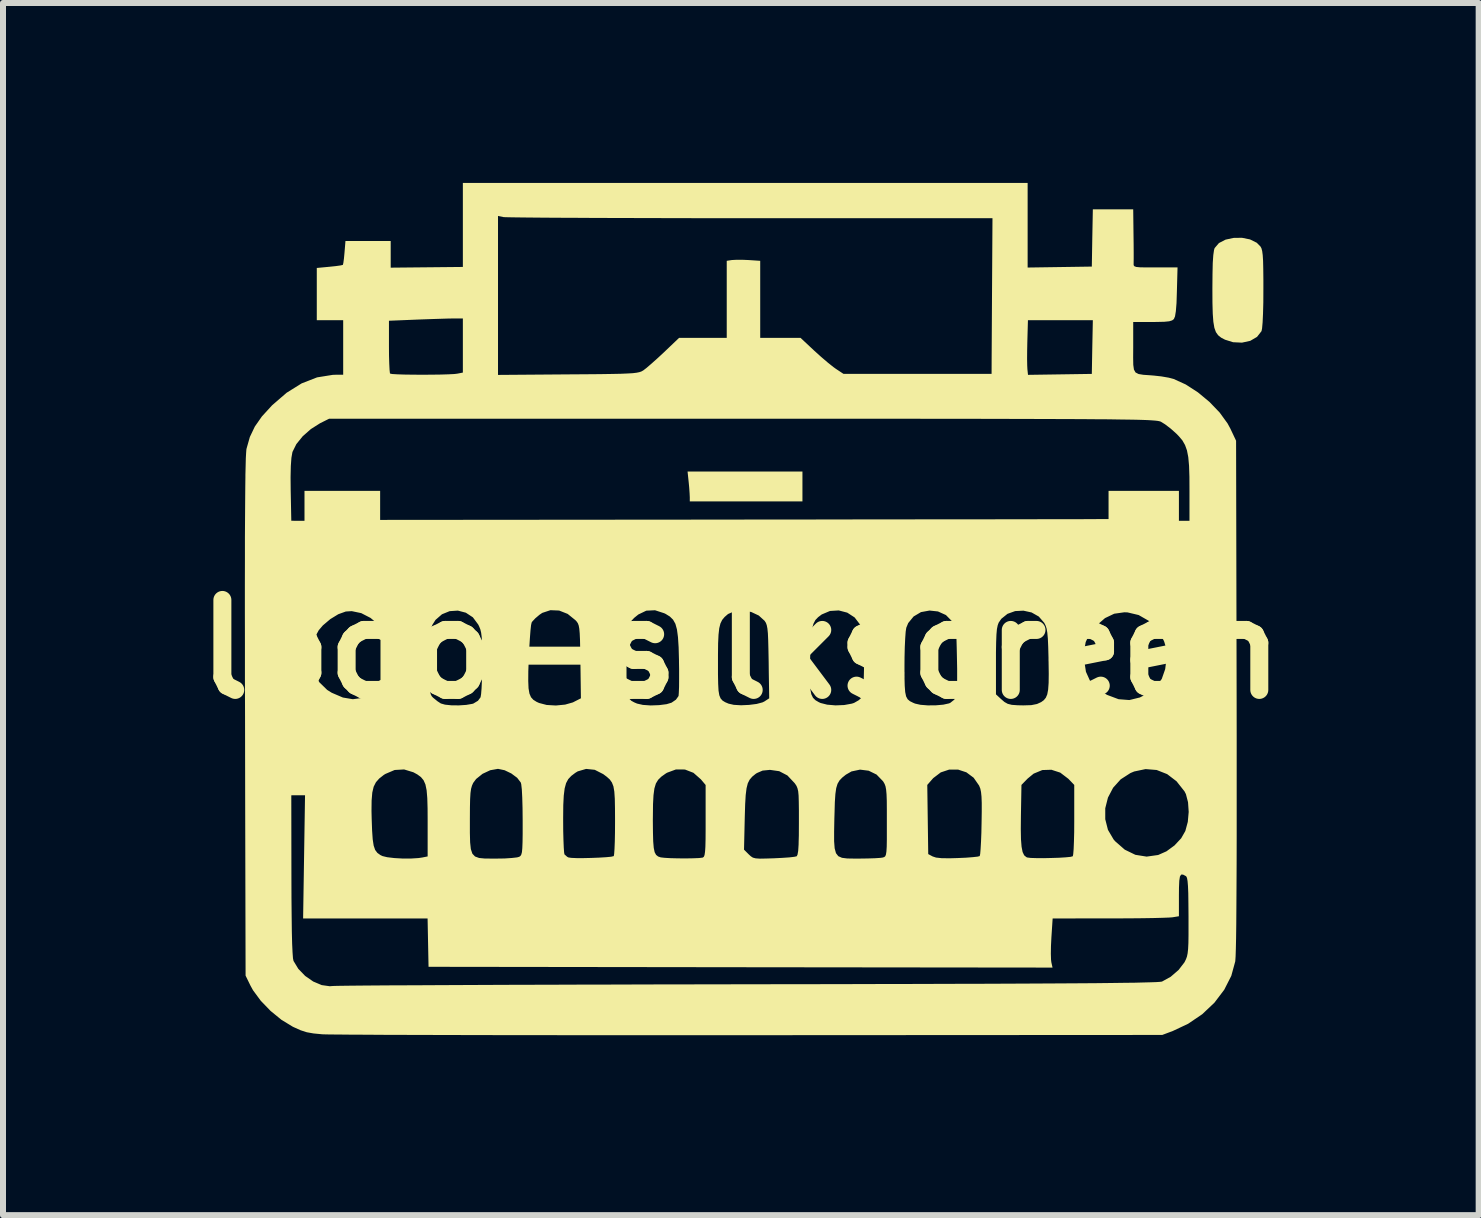
<source format=kicad_pcb>
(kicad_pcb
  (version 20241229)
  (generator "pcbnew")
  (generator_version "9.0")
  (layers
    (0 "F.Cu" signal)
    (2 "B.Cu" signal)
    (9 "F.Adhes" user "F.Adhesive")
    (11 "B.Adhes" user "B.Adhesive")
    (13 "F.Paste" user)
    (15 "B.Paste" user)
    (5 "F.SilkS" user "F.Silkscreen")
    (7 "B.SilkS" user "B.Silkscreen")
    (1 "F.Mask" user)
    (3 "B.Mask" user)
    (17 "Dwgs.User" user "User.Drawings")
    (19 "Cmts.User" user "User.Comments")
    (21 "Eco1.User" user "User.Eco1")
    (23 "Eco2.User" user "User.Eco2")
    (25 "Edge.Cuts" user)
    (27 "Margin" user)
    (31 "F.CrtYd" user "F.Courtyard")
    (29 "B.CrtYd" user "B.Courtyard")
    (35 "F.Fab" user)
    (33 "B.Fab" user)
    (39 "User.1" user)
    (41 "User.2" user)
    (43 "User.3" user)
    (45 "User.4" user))
  (footprint "logo-silkscreen"
    (layer "F.Cu")
    (at 9.3 7.773)
    (property "Reference" "logo-silkscreen" (at 0 0 0) (layer "F.SilkS") (effects (font (size 1.5 1.5) (thickness 0.3))))
    (attr board_only exclude_from_pos_files exclude_from_bom)
    (fp_poly (pts (xy 1.027 -2.713) (xy 1.027 -2.464) (xy 0.088 -2.464) (xy -0.851 -2.464) (xy -0.851 -2.533) (xy -0.854 -2.599) (xy -0.861 -2.699) (xy -0.869 -2.782) (xy -0.888 -2.962) (xy 0.069 -2.962) (xy 1.027 -2.962)) (stroke (width 0) (type solid)) (fill yes) (layer "F.SilkS"))
    (fp_poly (pts (xy 8.488 -6.832) (xy 8.601 -6.776) (xy 8.663 -6.713) (xy 8.679 -6.683) (xy 8.691 -6.638) (xy 8.7 -6.571) (xy 8.706 -6.474) (xy 8.709 -6.34) (xy 8.711 -6.16) (xy 8.711 -6.008) (xy 8.71 -5.783) (xy 8.705 -5.594) (xy 8.698 -5.446) (xy 8.689 -5.346) (xy 8.68 -5.303) (xy 8.605 -5.207) (xy 8.492 -5.141) (xy 8.354 -5.111) (xy 8.206 -5.118) (xy 8.072 -5.16) (xy 8.007 -5.194) (xy 7.957 -5.234) (xy 7.92 -5.286) (xy 7.894 -5.358) (xy 7.877 -5.459) (xy 7.867 -5.594) (xy 7.862 -5.773) (xy 7.861 -6.003) (xy 7.861 -6.019) (xy 7.863 -6.256) (xy 7.867 -6.439) (xy 7.876 -6.57) (xy 7.888 -6.654) (xy 7.898 -6.687) (xy 7.97 -6.771) (xy 8.08 -6.828) (xy 8.213 -6.857) (xy 8.354 -6.859)) (stroke (width 0) (type solid)) (fill yes) (layer "F.SilkS"))
    (fp_poly (pts (xy 4.781 -7.068) (xy 4.781 -6.363) (xy 5.316 -6.371) (xy 5.851 -6.379) (xy 5.859 -6.856) (xy 5.868 -7.333) (xy 6.204 -7.333) (xy 6.541 -7.333) (xy 6.546 -6.915) (xy 6.548 -6.759) (xy 6.549 -6.619) (xy 6.549 -6.509) (xy 6.548 -6.441) (xy 6.548 -6.431) (xy 6.548 -6.403) (xy 6.56 -6.385) (xy 6.591 -6.373) (xy 6.653 -6.367) (xy 6.753 -6.365) (xy 6.903 -6.365) (xy 6.912 -6.365) (xy 7.28 -6.365) (xy 7.269 -5.958) (xy 7.263 -5.771) (xy 7.252 -5.636) (xy 7.238 -5.549) (xy 7.219 -5.504) (xy 7.219 -5.504) (xy 7.19 -5.482) (xy 7.141 -5.467) (xy 7.06 -5.459) (xy 6.936 -5.456) (xy 6.86 -5.455) (xy 6.541 -5.455) (xy 6.541 -5.031) (xy 6.54 -4.861) (xy 6.542 -4.741) (xy 6.553 -4.662) (xy 6.58 -4.614) (xy 6.63 -4.588) (xy 6.709 -4.575) (xy 6.824 -4.567) (xy 6.886 -4.562) (xy 7.012 -4.548) (xy 7.133 -4.527) (xy 7.216 -4.505) (xy 7.416 -4.414) (xy 7.619 -4.283) (xy 7.812 -4.123) (xy 7.982 -3.946) (xy 8.114 -3.764) (xy 8.16 -3.679) (xy 8.256 -3.476) (xy 8.265 0.763) (xy 8.266 1.439) (xy 8.266 2.058) (xy 8.266 2.619) (xy 8.266 3.123) (xy 8.265 3.571) (xy 8.263 3.964) (xy 8.261 4.302) (xy 8.259 4.586) (xy 8.256 4.816) (xy 8.252 4.994) (xy 8.248 5.119) (xy 8.243 5.193) (xy 8.242 5.204) (xy 8.176 5.445) (xy 8.058 5.677) (xy 7.895 5.892) (xy 7.692 6.084) (xy 7.456 6.244) (xy 7.201 6.364) (xy 7.025 6.43) (xy 0.161 6.434) (xy -0.473 6.434) (xy -1.094 6.434) (xy -1.698 6.434) (xy -2.284 6.434) (xy -2.848 6.434) (xy -3.387 6.433) (xy -3.9 6.433) (xy -4.383 6.432) (xy -4.833 6.431) (xy -5.249 6.43) (xy -5.626 6.429) (xy -5.963 6.428) (xy -6.257 6.426) (xy -6.505 6.425) (xy -6.704 6.423) (xy -6.851 6.422) (xy -6.945 6.42) (xy -6.977 6.419) (xy -7.123 6.405) (xy -7.236 6.385) (xy -7.338 6.352) (xy -7.456 6.299) (xy -7.474 6.29) (xy -7.659 6.177) (xy -7.84 6.029) (xy -8.003 5.86) (xy -8.132 5.685) (xy -8.175 5.607) (xy -8.256 5.441) (xy -8.263 2.435) (xy -7.494 2.435) (xy -7.492 3.776) (xy -7.491 4.144) (xy -7.488 4.455) (xy -7.485 4.709) (xy -7.48 4.909) (xy -7.473 5.056) (xy -7.466 5.152) (xy -7.457 5.196) (xy -7.377 5.328) (xy -7.263 5.446) (xy -7.129 5.539) (xy -6.987 5.599) (xy -6.852 5.618) (xy -6.819 5.615) (xy -6.779 5.613) (xy -6.684 5.611) (xy -6.534 5.609) (xy -6.334 5.607) (xy -6.086 5.605) (xy -5.793 5.603) (xy -5.456 5.602) (xy -5.079 5.6) (xy -4.665 5.598) (xy -4.216 5.596) (xy -3.734 5.594) (xy -3.223 5.593) (xy -2.685 5.591) (xy -2.122 5.59) (xy -1.538 5.588) (xy -0.934 5.587) (xy -0.314 5.586) (xy 0.116 5.585) (xy 0.9 5.584) (xy 1.628 5.583) (xy 2.3 5.581) (xy 2.919 5.58) (xy 3.486 5.578) (xy 4.004 5.577) (xy 4.474 5.575) (xy 4.897 5.573) (xy 5.276 5.571) (xy 5.613 5.569) (xy 5.908 5.567) (xy 6.165 5.564) (xy 6.384 5.561) (xy 6.568 5.559) (xy 6.718 5.555) (xy 6.836 5.552) (xy 6.924 5.549) (xy 6.984 5.545) (xy 7.017 5.541) (xy 7.023 5.539) (xy 7.166 5.46) (xy 7.297 5.347) (xy 7.394 5.221) (xy 7.4 5.21) (xy 7.421 5.167) (xy 7.437 5.123) (xy 7.448 5.07) (xy 7.456 4.998) (xy 7.461 4.899) (xy 7.463 4.764) (xy 7.463 4.584) (xy 7.463 4.449) (xy 7.461 4.232) (xy 7.459 4.067) (xy 7.454 3.947) (xy 7.447 3.865) (xy 7.438 3.814) (xy 7.425 3.787) (xy 7.419 3.782) (xy 7.372 3.757) (xy 7.34 3.757) (xy 7.32 3.789) (xy 7.309 3.859) (xy 7.304 3.975) (xy 7.303 4.102) (xy 7.303 4.451) (xy 7.193 4.469) (xy 7.137 4.473) (xy 7.031 4.477) (xy 6.882 4.481) (xy 6.698 4.484) (xy 6.488 4.486) (xy 6.26 4.487) (xy 6.141 4.487) (xy 5.198 4.488) (xy 5.177 4.807) (xy 5.17 4.948) (xy 5.168 5.076) (xy 5.171 5.174) (xy 5.176 5.217) (xy 5.196 5.307) (xy -0.005 5.301) (xy -5.206 5.294) (xy -5.214 4.891) (xy -5.222 4.488) (xy -6.26 4.488) (xy -7.297 4.488) (xy -7.281 3.461) (xy -7.269 2.695) (xy -6.157 2.695) (xy -6.154 2.827) (xy -6.147 3.022) (xy -6.137 3.168) (xy -6.121 3.273) (xy -6.096 3.346) (xy -6.059 3.395) (xy -6.009 3.431) (xy -5.974 3.448) (xy -5.896 3.467) (xy -5.778 3.481) (xy -5.639 3.489) (xy -5.498 3.489) (xy -5.372 3.481) (xy -5.312 3.472) (xy -5.221 3.454) (xy -5.221 2.878) (xy -5.221 2.852) (xy -4.517 2.852) (xy -4.517 3.061) (xy -4.513 3.219) (xy -4.501 3.332) (xy -4.475 3.409) (xy -4.431 3.455) (xy -4.363 3.48) (xy -4.267 3.489) (xy -4.137 3.49) (xy -4.075 3.49) (xy -3.938 3.488) (xy -3.818 3.48) (xy -3.73 3.47) (xy -3.694 3.46) (xy -3.674 3.446) (xy -3.66 3.423) (xy -3.649 3.382) (xy -3.643 3.316) (xy -3.639 3.217) (xy -3.637 3.076) (xy -3.637 2.885) (xy -3.637 2.86) (xy -3.637 2.86) (xy -2.962 2.86) (xy -2.961 3.031) (xy -2.957 3.183) (xy -2.952 3.305) (xy -2.946 3.388) (xy -2.94 3.42) (xy -2.895 3.46) (xy -2.874 3.471) (xy -2.827 3.478) (xy -2.738 3.482) (xy -2.622 3.482) (xy -2.492 3.479) (xy -2.363 3.474) (xy -2.248 3.467) (xy -2.163 3.459) (xy -2.12 3.449) (xy -2.118 3.448) (xy -2.112 3.413) (xy -2.106 3.329) (xy -2.101 3.205) (xy -2.098 3.051) (xy -2.097 2.876) (xy -2.097 2.864) (xy -2.097 2.851) (xy -1.467 2.851) (xy -1.465 3.052) (xy -1.461 3.203) (xy -1.452 3.31) (xy -1.437 3.383) (xy -1.413 3.428) (xy -1.379 3.455) (xy -1.335 3.47) (xy -1.273 3.477) (xy -1.172 3.483) (xy -1.049 3.486) (xy -0.918 3.487) (xy -0.796 3.485) (xy -0.697 3.481) (xy -0.639 3.474) (xy -0.633 3.472) (xy -0.617 3.46) (xy -0.605 3.431) (xy -0.597 3.378) (xy -0.594 3.341) (xy 0.053 3.341) (xy 0.131 3.419) (xy 0.167 3.452) (xy 0.201 3.474) (xy 0.247 3.486) (xy 0.317 3.491) (xy 0.423 3.489) (xy 0.553 3.485) (xy 0.691 3.478) (xy 0.809 3.47) (xy 0.894 3.46) (xy 0.932 3.451) (xy 0.945 3.424) (xy 0.956 3.362) (xy 0.963 3.257) (xy 0.964 3.201) (xy 1.555 3.201) (xy 1.564 3.319) (xy 1.586 3.4) (xy 1.625 3.45) (xy 1.686 3.477) (xy 1.773 3.488) (xy 1.891 3.49) (xy 1.973 3.49) (xy 2.113 3.488) (xy 2.236 3.484) (xy 2.328 3.478) (xy 2.368 3.472) (xy 2.391 3.464) (xy 2.408 3.45) (xy 2.419 3.422) (xy 2.427 3.372) (xy 2.432 3.292) (xy 2.434 3.174) (xy 2.434 3.01) (xy 2.434 2.875) (xy 2.434 2.676) (xy 2.433 2.527) (xy 2.429 2.418) (xy 2.422 2.341) (xy 2.412 2.287) (xy 2.403 2.262) (xy 3.108 2.262) (xy 3.116 2.839) (xy 3.124 3.415) (xy 3.197 3.454) (xy 3.254 3.473) (xy 3.345 3.483) (xy 3.478 3.485) (xy 3.616 3.481) (xy 3.753 3.475) (xy 3.868 3.466) (xy 3.949 3.457) (xy 3.982 3.448) (xy 3.99 3.413) (xy 3.997 3.33) (xy 4.004 3.207) (xy 4.01 3.055) (xy 4.011 2.999) (xy 4.667 2.999) (xy 4.67 3.168) (xy 4.68 3.293) (xy 4.697 3.38) (xy 4.723 3.435) (xy 4.759 3.465) (xy 4.776 3.472) (xy 4.831 3.479) (xy 4.925 3.482) (xy 5.044 3.483) (xy 5.175 3.48) (xy 5.304 3.476) (xy 5.416 3.469) (xy 5.497 3.461) (xy 5.534 3.451) (xy 5.541 3.416) (xy 5.548 3.331) (xy 5.553 3.206) (xy 5.557 3.05) (xy 5.558 2.873) (xy 5.558 2.844) (xy 5.558 2.834) (xy 6.075 2.834) (xy 6.12 3.011) (xy 6.214 3.171) (xy 6.24 3.201) (xy 6.4 3.341) (xy 6.577 3.427) (xy 6.765 3.457) (xy 6.957 3.43) (xy 7.095 3.369) (xy 7.229 3.271) (xy 7.341 3.151) (xy 7.41 3.03) (xy 7.451 2.878) (xy 7.466 2.712) (xy 7.455 2.551) (xy 7.42 2.416) (xy 7.396 2.369) (xy 7.263 2.201) (xy 7.107 2.082) (xy 6.932 2.013) (xy 6.747 1.998) (xy 6.557 2.038) (xy 6.495 2.064) (xy 6.332 2.169) (xy 6.206 2.309) (xy 6.12 2.473) (xy 6.075 2.651) (xy 6.075 2.834) (xy 5.558 2.834) (xy 5.558 2.262) (xy 5.46 2.16) (xy 5.325 2.057) (xy 5.177 2.009) (xy 5.026 2.014) (xy 4.881 2.074) (xy 4.78 2.157) (xy 4.678 2.262) (xy 4.669 2.777) (xy 4.667 2.999) (xy 4.011 2.999) (xy 4.013 2.903) (xy 4.016 2.709) (xy 4.016 2.563) (xy 4.012 2.457) (xy 4.004 2.38) (xy 3.992 2.323) (xy 3.973 2.276) (xy 3.972 2.273) (xy 3.881 2.142) (xy 3.76 2.052) (xy 3.621 2.006) (xy 3.474 2.006) (xy 3.333 2.053) (xy 3.208 2.148) (xy 3.198 2.159) (xy 3.108 2.262) (xy 2.403 2.262) (xy 2.397 2.246) (xy 2.376 2.209) (xy 2.367 2.197) (xy 2.262 2.089) (xy 2.131 2.025) (xy 1.987 2.007) (xy 1.845 2.037) (xy 1.751 2.091) (xy 1.69 2.14) (xy 1.645 2.187) (xy 1.612 2.243) (xy 1.59 2.315) (xy 1.576 2.414) (xy 1.567 2.549) (xy 1.562 2.729) (xy 1.559 2.824) (xy 1.555 3.038) (xy 1.555 3.201) (xy 0.964 3.201) (xy 0.967 3.105) (xy 0.968 2.9) (xy 0.968 2.878) (xy 0.968 2.686) (xy 0.966 2.543) (xy 0.963 2.44) (xy 0.956 2.367) (xy 0.944 2.317) (xy 0.928 2.278) (xy 0.905 2.243) (xy 0.894 2.229) (xy 0.776 2.104) (xy 0.64 2.033) (xy 0.486 2.011) (xy 0.363 2.023) (xy 0.268 2.064) (xy 0.245 2.079) (xy 0.189 2.125) (xy 0.147 2.174) (xy 0.116 2.235) (xy 0.095 2.318) (xy 0.081 2.431) (xy 0.072 2.583) (xy 0.066 2.783) (xy 0.065 2.822) (xy 0.053 3.341) (xy -0.594 3.341) (xy -0.591 3.293) (xy -0.588 3.17) (xy -0.587 3.001) (xy -0.587 2.859) (xy -0.587 2.263) (xy -0.666 2.169) (xy -0.79 2.06) (xy -0.932 2.005) (xy -1.082 2.004) (xy -1.231 2.059) (xy -1.255 2.074) (xy -1.325 2.124) (xy -1.378 2.176) (xy -1.416 2.238) (xy -1.441 2.321) (xy -1.456 2.433) (xy -1.464 2.583) (xy -1.466 2.78) (xy -1.467 2.851) (xy -2.097 2.851) (xy -2.098 2.654) (xy -2.101 2.494) (xy -2.109 2.374) (xy -2.124 2.286) (xy -2.149 2.222) (xy -2.185 2.171) (xy -2.235 2.126) (xy -2.294 2.082) (xy -2.435 2.01) (xy -2.579 1.995) (xy -2.719 2.036) (xy -2.76 2.061) (xy -2.826 2.111) (xy -2.877 2.165) (xy -2.913 2.232) (xy -2.937 2.32) (xy -2.952 2.44) (xy -2.96 2.598) (xy -2.962 2.805) (xy -2.962 2.86) (xy -3.637 2.86) (xy -3.639 2.649) (xy -3.644 2.473) (xy -3.651 2.337) (xy -3.661 2.248) (xy -3.669 2.221) (xy -3.729 2.143) (xy -3.826 2.071) (xy -3.938 2.017) (xy -4.043 1.995) (xy -4.049 1.994) (xy -4.178 2.017) (xy -4.306 2.077) (xy -4.413 2.163) (xy -4.462 2.229) (xy -4.482 2.274) (xy -4.497 2.327) (xy -4.507 2.398) (xy -4.513 2.498) (xy -4.516 2.636) (xy -4.517 2.822) (xy -4.517 2.852) (xy -5.221 2.852) (xy -5.222 2.655) (xy -5.227 2.482) (xy -5.238 2.351) (xy -5.258 2.254) (xy -5.289 2.184) (xy -5.333 2.131) (xy -5.393 2.087) (xy -5.459 2.051) (xy -5.613 2.004) (xy -5.771 2.013) (xy -5.926 2.079) (xy -5.953 2.096) (xy -6.028 2.155) (xy -6.083 2.217) (xy -6.121 2.292) (xy -6.144 2.39) (xy -6.155 2.521) (xy -6.157 2.695) (xy -7.269 2.695) (xy -7.265 2.434) (xy -7.379 2.434) (xy -7.494 2.435) (xy -8.263 2.435) (xy -8.265 1.129) (xy -8.267 0.495) (xy -8.267 0.033) (xy -7.169 0.033) (xy -7.165 0.217) (xy -7.116 0.394) (xy -7.026 0.551) (xy -6.896 0.678) (xy -6.819 0.726) (xy -6.634 0.805) (xy -6.468 0.833) (xy -6.31 0.812) (xy -6.19 0.763) (xy -6.03 0.652) (xy -5.916 0.509) (xy -5.848 0.331) (xy -5.835 0.222) (xy -5.191 0.222) (xy -5.191 0.411) (xy -5.19 0.55) (xy -5.186 0.648) (xy -5.179 0.714) (xy -5.167 0.757) (xy -5.151 0.786) (xy -5.128 0.81) (xy -5.125 0.812) (xy -5.056 0.868) (xy -5.001 0.904) (xy -4.931 0.924) (xy -4.824 0.935) (xy -4.7 0.936) (xy -4.578 0.928) (xy -4.479 0.911) (xy -4.46 0.906) (xy -4.382 0.859) (xy -4.339 0.801) (xy -4.33 0.749) (xy -4.322 0.649) (xy -4.317 0.531) (xy -3.544 0.531) (xy -3.539 0.652) (xy -3.524 0.739) (xy -3.498 0.8) (xy -3.459 0.843) (xy -3.405 0.877) (xy -3.363 0.896) (xy -3.237 0.929) (xy -3.084 0.938) (xy -2.929 0.923) (xy -2.799 0.886) (xy -2.784 0.878) (xy -2.666 0.818) (xy -2.674 0.229) (xy -1.906 0.229) (xy -1.906 0.432) (xy -1.903 0.585) (xy -1.896 0.696) (xy -1.882 0.773) (xy -1.86 0.825) (xy -1.826 0.859) (xy -1.779 0.885) (xy -1.73 0.906) (xy -1.633 0.928) (xy -1.504 0.937) (xy -1.364 0.932) (xy -1.238 0.916) (xy -1.155 0.891) (xy -1.082 0.841) (xy -1.04 0.782) (xy -1.038 0.777) (xy -1.034 0.727) (xy -1.03 0.629) (xy -1.029 0.494) (xy -1.029 0.333) (xy -1.031 0.214) (xy -0.381 0.214) (xy -0.381 0.419) (xy -0.378 0.575) (xy -0.372 0.688) (xy -0.359 0.767) (xy -0.337 0.82) (xy -0.305 0.856) (xy -0.261 0.883) (xy -0.205 0.907) (xy -0.117 0.927) (xy 0.004 0.934) (xy 0.137 0.928) (xy 0.263 0.912) (xy 0.361 0.886) (xy 0.392 0.871) (xy 0.473 0.818) (xy 0.466 0.391) (xy 1.15 0.391) (xy 1.151 0.55) (xy 1.159 0.668) (xy 1.175 0.751) (xy 1.203 0.809) (xy 1.244 0.85) (xy 1.299 0.882) (xy 1.329 0.896) (xy 1.439 0.924) (xy 1.579 0.936) (xy 1.724 0.93) (xy 1.85 0.907) (xy 1.887 0.895) (xy 1.964 0.851) (xy 2.018 0.802) (xy 2.023 0.794) (xy 2.033 0.745) (xy 2.042 0.646) (xy 2.049 0.507) (xy 2.053 0.337) (xy 2.053 0.267) (xy 2.728 0.267) (xy 2.728 0.463) (xy 2.732 0.609) (xy 2.74 0.714) (xy 2.755 0.786) (xy 2.781 0.834) (xy 2.819 0.866) (xy 2.871 0.892) (xy 2.904 0.906) (xy 2.993 0.926) (xy 3.116 0.936) (xy 3.25 0.935) (xy 3.375 0.924) (xy 3.47 0.903) (xy 3.491 0.894) (xy 3.558 0.841) (xy 3.596 0.777) (xy 3.598 0.752) (xy 4.253 0.752) (xy 4.334 0.827) (xy 4.394 0.879) (xy 4.449 0.91) (xy 4.517 0.927) (xy 4.614 0.934) (xy 4.708 0.936) (xy 4.842 0.932) (xy 4.937 0.913) (xy 5.007 0.881) (xy 5.051 0.849) (xy 5.084 0.809) (xy 5.108 0.753) (xy 5.123 0.673) (xy 5.131 0.561) (xy 5.133 0.409) (xy 5.13 0.209) (xy 5.129 0.186) (xy 5.724 0.186) (xy 5.753 0.376) (xy 5.822 0.529) (xy 5.937 0.654) (xy 6.103 0.76) (xy 6.108 0.762) (xy 6.297 0.833) (xy 6.477 0.847) (xy 6.652 0.804) (xy 6.765 0.746) (xy 6.916 0.63) (xy 7.017 0.495) (xy 7.074 0.332) (xy 7.091 0.197) (xy 7.095 0.064) (xy 7.085 -0.035) (xy 7.059 -0.123) (xy 7.047 -0.151) (xy 6.939 -0.334) (xy 6.798 -0.475) (xy 6.632 -0.57) (xy 6.447 -0.614) (xy 6.393 -0.616) (xy 6.224 -0.592) (xy 6.071 -0.519) (xy 5.925 -0.392) (xy 5.9 -0.365) (xy 5.806 -0.242) (xy 5.749 -0.12) (xy 5.724 0.019) (xy 5.724 0.186) (xy 5.129 0.186) (xy 5.129 0.141) (xy 5.124 -0.043) (xy 5.118 -0.179) (xy 5.109 -0.276) (xy 5.097 -0.346) (xy 5.079 -0.399) (xy 5.058 -0.44) (xy 4.967 -0.545) (xy 4.847 -0.613) (xy 4.711 -0.643) (xy 4.573 -0.636) (xy 4.445 -0.59) (xy 4.342 -0.507) (xy 4.298 -0.443) (xy 4.282 -0.399) (xy 4.269 -0.335) (xy 4.261 -0.244) (xy 4.256 -0.116) (xy 4.253 0.056) (xy 4.253 0.198) (xy 4.253 0.752) (xy 3.598 0.752) (xy 3.601 0.724) (xy 3.605 0.625) (xy 3.606 0.488) (xy 3.606 0.326) (xy 3.603 0.169) (xy 3.599 -0.022) (xy 3.595 -0.164) (xy 3.588 -0.266) (xy 3.579 -0.338) (xy 3.566 -0.389) (xy 3.547 -0.428) (xy 3.525 -0.462) (xy 3.419 -0.57) (xy 3.286 -0.63) (xy 3.146 -0.645) (xy 3.003 -0.619) (xy 2.88 -0.546) (xy 2.79 -0.436) (xy 2.758 -0.358) (xy 2.748 -0.293) (xy 2.74 -0.182) (xy 2.733 -0.036) (xy 2.729 0.132) (xy 2.728 0.267) (xy 2.053 0.267) (xy 2.053 0.228) (xy 2.053 0.041) (xy 2.05 -0.098) (xy 2.045 -0.2) (xy 2.036 -0.274) (xy 2.022 -0.331) (xy 2.001 -0.382) (xy 1.987 -0.412) (xy 1.897 -0.53) (xy 1.774 -0.61) (xy 1.632 -0.647) (xy 1.486 -0.638) (xy 1.349 -0.58) (xy 1.346 -0.578) (xy 1.288 -0.534) (xy 1.243 -0.487) (xy 1.211 -0.426) (xy 1.188 -0.344) (xy 1.173 -0.231) (xy 1.163 -0.08) (xy 1.156 0.119) (xy 1.154 0.182) (xy 1.15 0.391) (xy 0.466 0.391) (xy 0.464 0.211) (xy 0.46 0.005) (xy 0.456 -0.151) (xy 0.451 -0.265) (xy 0.443 -0.345) (xy 0.432 -0.401) (xy 0.418 -0.44) (xy 0.398 -0.471) (xy 0.396 -0.474) (xy 0.299 -0.562) (xy 0.173 -0.621) (xy 0.035 -0.647) (xy -0.098 -0.637) (xy -0.209 -0.589) (xy -0.217 -0.584) (xy -0.27 -0.538) (xy -0.311 -0.489) (xy -0.34 -0.43) (xy -0.36 -0.35) (xy -0.372 -0.243) (xy -0.379 -0.098) (xy -0.381 0.092) (xy -0.381 0.214) (xy -1.031 0.214) (xy -1.031 0.186) (xy -1.037 -0.033) (xy -1.048 -0.203) (xy -1.065 -0.33) (xy -1.091 -0.424) (xy -1.13 -0.493) (xy -1.183 -0.545) (xy -1.254 -0.589) (xy -1.277 -0.6) (xy -1.431 -0.65) (xy -1.576 -0.643) (xy -1.709 -0.579) (xy -1.715 -0.574) (xy -1.778 -0.523) (xy -1.825 -0.473) (xy -1.859 -0.414) (xy -1.882 -0.337) (xy -1.896 -0.234) (xy -1.903 -0.095) (xy -1.906 0.088) (xy -1.906 0.229) (xy -2.674 0.229) (xy -2.675 0.206) (xy -2.678 0.002) (xy -2.681 -0.152) (xy -2.686 -0.264) (xy -2.693 -0.343) (xy -2.703 -0.396) (xy -2.717 -0.433) (xy -2.736 -0.461) (xy -2.757 -0.484) (xy -2.887 -0.589) (xy -3.029 -0.645) (xy -3.174 -0.651) (xy -3.31 -0.606) (xy -3.356 -0.575) (xy -3.427 -0.515) (xy -3.478 -0.46) (xy -3.487 -0.446) (xy -3.497 -0.402) (xy -3.507 -0.309) (xy -3.517 -0.178) (xy -3.527 -0.019) (xy -3.535 0.153) (xy -3.543 0.367) (xy -3.544 0.531) (xy -4.317 0.531) (xy -4.316 0.513) (xy -4.312 0.353) (xy -4.312 0.224) (xy -4.312 0.038) (xy -4.314 -0.101) (xy -4.32 -0.202) (xy -4.329 -0.275) (xy -4.343 -0.333) (xy -4.364 -0.384) (xy -4.378 -0.412) (xy -4.467 -0.532) (xy -4.584 -0.609) (xy -4.717 -0.644) (xy -4.854 -0.635) (xy -4.982 -0.583) (xy -5.09 -0.489) (xy -5.14 -0.41) (xy -5.159 -0.364) (xy -5.173 -0.306) (xy -5.182 -0.227) (xy -5.188 -0.117) (xy -5.191 0.034) (xy -5.191 0.222) (xy -5.835 0.222) (xy -5.823 0.115) (xy -5.823 0.1) (xy -5.826 -0.02) (xy -5.841 -0.107) (xy -5.873 -0.185) (xy -5.911 -0.251) (xy -6.03 -0.403) (xy -6.173 -0.522) (xy -6.328 -0.602) (xy -6.486 -0.635) (xy -6.585 -0.629) (xy -6.71 -0.584) (xy -6.844 -0.502) (xy -6.968 -0.397) (xy -7.037 -0.316) (xy -7.127 -0.149) (xy -7.169 0.033) (xy -8.267 0.033) (xy -8.267 -0.082) (xy -8.268 -0.605) (xy -8.268 -1.075) (xy -8.267 -1.495) (xy -8.267 -1.866) (xy -8.265 -2.191) (xy -8.263 -2.471) (xy -8.261 -2.708) (xy -8.259 -2.867) (xy -7.506 -2.867) (xy -7.504 -2.645) (xy -7.494 -2.142) (xy -7.384 -2.141) (xy -7.274 -2.141) (xy -7.274 -2.39) (xy -7.274 -2.64) (xy -6.643 -2.64) (xy -6.013 -2.64) (xy -6.013 -2.398) (xy -6.013 -2.156) (xy -0.301 -2.161) (xy 0.279 -2.162) (xy 0.847 -2.162) (xy 1.399 -2.163) (xy 1.932 -2.164) (xy 2.444 -2.164) (xy 2.931 -2.165) (xy 3.39 -2.165) (xy 3.818 -2.166) (xy 4.213 -2.166) (xy 4.57 -2.167) (xy 4.887 -2.167) (xy 5.162 -2.168) (xy 5.39 -2.168) (xy 5.569 -2.168) (xy 5.695 -2.168) (xy 5.767 -2.169) (xy 5.771 -2.169) (xy 6.13 -2.17) (xy 6.13 -2.405) (xy 6.13 -2.64) (xy 6.717 -2.64) (xy 7.303 -2.64) (xy 7.303 -2.39) (xy 7.303 -2.141) (xy 7.391 -2.141) (xy 7.479 -2.141) (xy 7.479 -2.638) (xy 7.478 -2.873) (xy 7.472 -3.058) (xy 7.459 -3.202) (xy 7.437 -3.315) (xy 7.405 -3.404) (xy 7.361 -3.481) (xy 7.301 -3.552) (xy 7.26 -3.594) (xy 7.167 -3.677) (xy 7.073 -3.749) (xy 7.002 -3.793) (xy 6.988 -3.798) (xy 6.968 -3.803) (xy 6.939 -3.808) (xy 6.899 -3.812) (xy 6.846 -3.816) (xy 6.778 -3.82) (xy 6.693 -3.823) (xy 6.588 -3.826) (xy 6.461 -3.828) (xy 6.31 -3.83) (xy 6.132 -3.833) (xy 5.927 -3.834) (xy 5.69 -3.836) (xy 5.42 -3.837) (xy 5.115 -3.838) (xy 4.773 -3.839) (xy 4.391 -3.84) (xy 3.967 -3.841) (xy 3.499 -3.841) (xy 2.984 -3.842) (xy 2.421 -3.842) (xy 1.807 -3.842) (xy 1.14 -3.842) (xy 0.418 -3.842) (xy 0.017 -3.842) (xy -6.865 -3.842) (xy -7.015 -3.767) (xy -7.168 -3.67) (xy -7.304 -3.55) (xy -7.41 -3.419) (xy -7.474 -3.29) (xy -7.476 -3.282) (xy -7.492 -3.191) (xy -7.502 -3.054) (xy -7.506 -2.867) (xy -8.259 -2.867) (xy -8.259 -2.905) (xy -8.255 -3.063) (xy -8.252 -3.185) (xy -8.247 -3.273) (xy -8.243 -3.328) (xy -8.24 -3.344) (xy -8.185 -3.538) (xy -8.102 -3.712) (xy -7.984 -3.881) (xy -7.82 -4.06) (xy -7.818 -4.063) (xy -7.573 -4.275) (xy -7.321 -4.432) (xy -7.064 -4.532) (xy -6.803 -4.574) (xy -6.745 -4.576) (xy -6.629 -4.576) (xy -6.629 -5.03) (xy -6.629 -5.045) (xy -5.866 -5.045) (xy -5.865 -4.892) (xy -5.861 -4.76) (xy -5.856 -4.66) (xy -5.85 -4.603) (xy -5.846 -4.595) (xy -5.812 -4.588) (xy -5.729 -4.583) (xy -5.611 -4.579) (xy -5.468 -4.577) (xy -5.311 -4.576) (xy -5.152 -4.577) (xy -5.002 -4.579) (xy -4.873 -4.583) (xy -4.775 -4.588) (xy -4.726 -4.594) (xy -4.634 -4.612) (xy -4.634 -5.063) (xy -4.634 -5.514) (xy -4.788 -5.514) (xy -4.872 -5.513) (xy -5 -5.509) (xy -5.157 -5.504) (xy -5.328 -5.498) (xy -5.404 -5.495) (xy -5.866 -5.476) (xy -5.866 -5.045) (xy -6.629 -5.045) (xy -6.629 -5.485) (xy -6.849 -5.485) (xy -7.069 -5.485) (xy -7.069 -5.92) (xy -7.069 -6.356) (xy -6.858 -6.376) (xy -6.753 -6.387) (xy -6.674 -6.398) (xy -6.635 -6.407) (xy -6.634 -6.408) (xy -6.626 -6.441) (xy -6.616 -6.516) (xy -6.607 -6.612) (xy -6.591 -6.805) (xy -6.214 -6.805) (xy -5.837 -6.805) (xy -5.837 -6.583) (xy -5.837 -6.361) (xy -5.235 -6.367) (xy -4.634 -6.373) (xy -4.634 -7.073) (xy -4.634 -7.223) (xy -4.048 -7.223) (xy -4.048 -5.898) (xy -4.048 -4.573) (xy -2.882 -4.582) (xy -2.588 -4.584) (xy -2.348 -4.586) (xy -2.155 -4.589) (xy -2.003 -4.592) (xy -1.886 -4.597) (xy -1.799 -4.602) (xy -1.736 -4.61) (xy -1.692 -4.619) (xy -1.659 -4.63) (xy -1.634 -4.644) (xy -1.628 -4.647) (xy -1.572 -4.69) (xy -1.486 -4.764) (xy -1.382 -4.857) (xy -1.284 -4.948) (xy -1.029 -5.191) (xy -0.632 -5.191) (xy -0.235 -5.191) (xy -0.235 -5.833) (xy -0.235 -6.475) (xy -0.151 -6.488) (xy -0.077 -6.492) (xy 0.03 -6.492) (xy 0.128 -6.488) (xy 0.323 -6.475) (xy 0.323 -5.833) (xy 0.323 -5.191) (xy 0.659 -5.191) (xy 0.995 -5.191) (xy 1.227 -4.974) (xy 1.338 -4.874) (xy 1.448 -4.78) (xy 1.542 -4.705) (xy 1.585 -4.674) (xy 1.712 -4.59) (xy 2.946 -4.59) (xy 4.18 -4.59) (xy 4.181 -4.84) (xy 4.772 -4.84) (xy 4.774 -4.732) (xy 4.777 -4.67) (xy 4.787 -4.574) (xy 5.319 -4.582) (xy 5.851 -4.59) (xy 5.859 -5.037) (xy 5.868 -5.485) (xy 5.327 -5.485) (xy 4.786 -5.485) (xy 4.776 -5.125) (xy 4.773 -4.976) (xy 4.772 -4.84) (xy 4.181 -4.84) (xy 4.187 -5.888) (xy 4.195 -7.186) (xy 0.165 -7.186) (xy -0.318 -7.186) (xy -0.785 -7.186) (xy -1.235 -7.187) (xy -1.662 -7.188) (xy -2.063 -7.189) (xy -2.435 -7.19) (xy -2.775 -7.192) (xy -3.079 -7.193) (xy -3.344 -7.195) (xy -3.566 -7.197) (xy -3.741 -7.199) (xy -3.867 -7.201) (xy -3.94 -7.203) (xy -3.956 -7.204) (xy -4.048 -7.223) (xy -4.634 -7.223) (xy -4.634 -7.773) (xy 0.073 -7.773) (xy 4.781 -7.773)) (stroke (width 0) (type solid)) (fill yes) (layer "F.SilkS")))
  (gr_rect
    (start -3 -3)
    (end 21.6 17.207)
    (stroke (width 0.1) (type default))
    (fill no)
    (layer "Edge.Cuts")))
</source>
